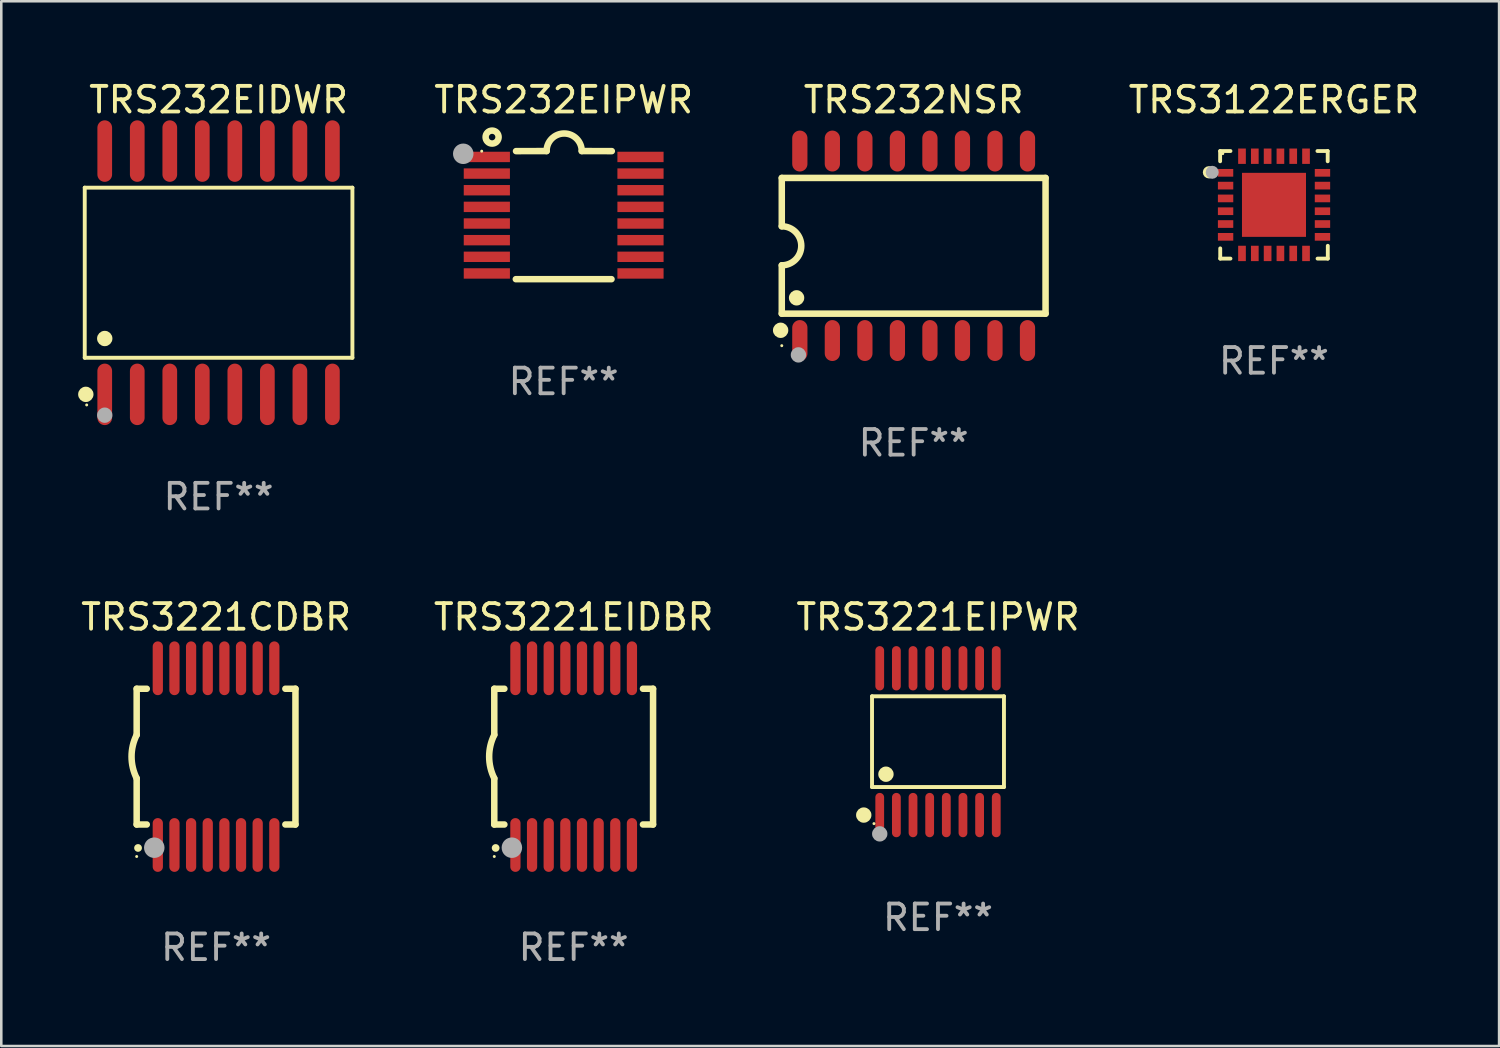
<source format=kicad_pcb>
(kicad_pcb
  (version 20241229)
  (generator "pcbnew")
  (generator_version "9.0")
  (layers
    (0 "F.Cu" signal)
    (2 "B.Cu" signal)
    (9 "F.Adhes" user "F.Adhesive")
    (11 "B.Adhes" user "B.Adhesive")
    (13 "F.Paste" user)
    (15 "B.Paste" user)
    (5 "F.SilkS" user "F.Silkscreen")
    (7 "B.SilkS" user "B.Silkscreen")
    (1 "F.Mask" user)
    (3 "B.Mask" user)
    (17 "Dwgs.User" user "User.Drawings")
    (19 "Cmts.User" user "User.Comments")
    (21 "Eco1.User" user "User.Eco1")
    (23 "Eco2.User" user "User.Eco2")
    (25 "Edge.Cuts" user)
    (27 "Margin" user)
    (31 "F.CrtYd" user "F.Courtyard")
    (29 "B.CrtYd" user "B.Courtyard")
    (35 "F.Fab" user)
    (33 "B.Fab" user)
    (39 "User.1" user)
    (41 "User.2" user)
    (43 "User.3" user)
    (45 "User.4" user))
  (footprint "TRS232NSR"
    (layer "F.Cu")
    (at 32.627 6.548)
    (property "Reference" "TRS232NSR" (at 0 -5.7 0) (layer "F.SilkS") (effects (font (size 1 1) (thickness 0.15))))
    (attr through_hole)
    (fp_line (start -5.15 -2.65) (end -5.15 -0.762) (stroke (width 0.254) (type solid)) (layer "F.SilkS"))
    (fp_line (start -5.15 -2.65) (end 5.15 -2.65) (stroke (width 0.254) (type solid)) (layer "F.SilkS"))
    (fp_line (start -5.15 2.65) (end -5.15 0.762) (stroke (width 0.254) (type solid)) (layer "F.SilkS"))
    (fp_line (start 5.15 -2.65) (end 5.15 2.65) (stroke (width 0.254) (type solid)) (layer "F.SilkS"))
    (fp_line (start 5.15 2.65) (end -5.15 2.65) (stroke (width 0.254) (type solid)) (layer "F.SilkS"))
    (fp_arc (start -5.151131 -0.762003) (mid -4.389128 -0.000559) (end -5.150013 0.762002) (stroke (width 0.254001) (type solid)) (layer "F.SilkS"))
    (fp_circle (center -5.195 3.299) (end -5.045 3.299) (stroke (width 0.3) (type solid)) (fill no) (layer "F.SilkS"))
    (fp_circle (center -5.15 3.9) (end -5.12 3.9) (stroke (width 0.06) (type solid)) (fill no) (layer "F.SilkS"))
    (fp_circle (center -4.572 2.032) (end -4.422 2.032) (stroke (width 0.3) (type solid)) (fill no) (layer "F.SilkS"))
    (fp_circle (center -4.5 4.26) (end -4.35 4.26) (stroke (width 0.3) (type solid)) (fill no) (layer "F.Fab"))
    (fp_text user "REF**" (at 0 7.7 0) (layer "F.Fab") (effects (font (size 1 1) (thickness 0.15))))
    (pad "1" smd oval (at -4.445 3.7) (size 0.595 1.598) (layers "F.Cu" "F.Mask" "F.Paste"))
    (pad "2" smd oval (at -3.175 3.7) (size 0.595 1.598) (layers "F.Cu" "F.Mask" "F.Paste"))
    (pad "3" smd oval (at -1.905 3.7) (size 0.595 1.598) (layers "F.Cu" "F.Mask" "F.Paste"))
    (pad "4" smd oval (at -0.635 3.7) (size 0.595 1.598) (layers "F.Cu" "F.Mask" "F.Paste"))
    (pad "5" smd oval (at 0.635 3.7) (size 0.595 1.598) (layers "F.Cu" "F.Mask" "F.Paste"))
    (pad "6" smd oval (at 1.905 3.7) (size 0.595 1.598) (layers "F.Cu" "F.Mask" "F.Paste"))
    (pad "7" smd oval (at 3.175 3.7) (size 0.595 1.598) (layers "F.Cu" "F.Mask" "F.Paste"))
    (pad "8" smd oval (at 4.445 3.7) (size 0.595 1.598) (layers "F.Cu" "F.Mask" "F.Paste"))
    (pad "9" smd oval (at 4.445 -3.7) (size 0.595 1.598) (layers "F.Cu" "F.Mask" "F.Paste"))
    (pad "10" smd oval (at 3.175 -3.7) (size 0.595 1.598) (layers "F.Cu" "F.Mask" "F.Paste"))
    (pad "11" smd oval (at 1.905 -3.7) (size 0.595 1.598) (layers "F.Cu" "F.Mask" "F.Paste"))
    (pad "12" smd oval (at 0.635 -3.7) (size 0.595 1.598) (layers "F.Cu" "F.Mask" "F.Paste"))
    (pad "13" smd oval (at -0.635 -3.7) (size 0.595 1.598) (layers "F.Cu" "F.Mask" "F.Paste"))
    (pad "14" smd oval (at -1.905 -3.7) (size 0.595 1.598) (layers "F.Cu" "F.Mask" "F.Paste"))
    (pad "15" smd oval (at -3.175 -3.7) (size 0.595 1.598) (layers "F.Cu" "F.Mask" "F.Paste"))
    (pad "16" smd oval (at -4.445 -3.7) (size 0.595 1.598) (layers "F.Cu" "F.Mask" "F.Paste")))
  (footprint "TRS3221EIDBR"
    (layer "F.Cu")
    (at 19.351 26.495)
    (property "Reference" "TRS3221EIDBR" (at 0 -5.45 0) (layer "F.SilkS") (effects (font (size 1 1) (thickness 0.15))))
    (attr through_hole)
    (fp_line (start -3.1 -2.65) (end -3.1 -0.85) (stroke (width 0.254) (type solid)) (layer "F.SilkS"))
    (fp_line (start -3.1 -2.65) (end -2.706 -2.65) (stroke (width 0.254) (type solid)) (layer "F.SilkS"))
    (fp_line (start -3.1 2.65) (end -3.1 0.85) (stroke (width 0.254) (type solid)) (layer "F.SilkS"))
    (fp_line (start -3.1 2.65) (end -2.706 2.65) (stroke (width 0.254) (type solid)) (layer "F.SilkS"))
    (fp_line (start 2.706 -2.65) (end 3.1 -2.65) (stroke (width 0.254) (type solid)) (layer "F.SilkS"))
    (fp_line (start 2.706 2.65) (end 3.1 2.65) (stroke (width 0.254) (type solid)) (layer "F.SilkS"))
    (fp_line (start 3.1 -2.65) (end 3.1 2.65) (stroke (width 0.254) (type solid)) (layer "F.SilkS"))
    (fp_arc (start -3.098907 0.850902) (mid -3.300057 0.000523) (end -3.1 -0.850114) (stroke (width 0.254001) (type solid)) (layer "F.SilkS"))
    (fp_arc (start -3.048006 3.566066) (mid -3.046736 3.566061) (end -3.045466 3.566066) (stroke (width 0.3) (type solid)) (layer "F.SilkS"))
    (fp_circle (center -3.1 3.9) (end -3.07 3.9) (stroke (width 0.06) (type solid)) (fill no) (layer "F.SilkS"))
    (fp_circle (center -2.413 3.556) (end -2.213 3.556) (stroke (width 0.4) (type solid)) (fill no) (layer "F.Fab"))
    (fp_text user "REF**" (at 0 7.45 0) (layer "F.Fab") (effects (font (size 1 1) (thickness 0.15))))
    (pad "1" smd oval (at -2.275 3.45 180) (size 0.4 2.1) (layers "F.Cu" "F.Mask" "F.Paste"))
    (pad "2" smd oval (at -1.625 3.45 180) (size 0.4 2.1) (layers "F.Cu" "F.Mask" "F.Paste"))
    (pad "3" smd oval (at -0.975 3.45 180) (size 0.4 2.1) (layers "F.Cu" "F.Mask" "F.Paste"))
    (pad "4" smd oval (at -0.325 3.45 180) (size 0.4 2.1) (layers "F.Cu" "F.Mask" "F.Paste"))
    (pad "5" smd oval (at 0.325 3.45 180) (size 0.4 2.1) (layers "F.Cu" "F.Mask" "F.Paste"))
    (pad "6" smd oval (at 0.975 3.45 180) (size 0.4 2.1) (layers "F.Cu" "F.Mask" "F.Paste"))
    (pad "7" smd oval (at 1.625 3.45 180) (size 0.4 2.1) (layers "F.Cu" "F.Mask" "F.Paste"))
    (pad "8" smd oval (at 2.275 3.45 180) (size 0.4 2.1) (layers "F.Cu" "F.Mask" "F.Paste"))
    (pad "9" smd oval (at 2.275 -3.45 180) (size 0.4 2.1) (layers "F.Cu" "F.Mask" "F.Paste"))
    (pad "10" smd oval (at 1.625 -3.45 180) (size 0.4 2.1) (layers "F.Cu" "F.Mask" "F.Paste"))
    (pad "11" smd oval (at 0.975 -3.45 180) (size 0.4 2.1) (layers "F.Cu" "F.Mask" "F.Paste"))
    (pad "12" smd oval (at 0.325 -3.45 180) (size 0.4 2.1) (layers "F.Cu" "F.Mask" "F.Paste"))
    (pad "13" smd oval (at -0.325 -3.45 180) (size 0.4 2.1) (layers "F.Cu" "F.Mask" "F.Paste"))
    (pad "14" smd oval (at -0.975 -3.45 180) (size 0.4 2.1) (layers "F.Cu" "F.Mask" "F.Paste"))
    (pad "15" smd oval (at -1.625 -3.45 180) (size 0.4 2.1) (layers "F.Cu" "F.Mask" "F.Paste"))
    (pad "16" smd oval (at -2.275 -3.45 180) (size 0.4 2.1) (layers "F.Cu" "F.Mask" "F.Paste")))
  (footprint "TRS232EIDWR"
    (layer "F.Cu")
    (at 5.485 7.599)
    (property "Reference" "TRS232EIDWR" (at 0 -6.75 0) (layer "F.SilkS") (effects (font (size 1 1) (thickness 0.15))))
    (attr through_hole)
    (fp_line (start -5.226 -3.321) (end 5.226 -3.321) (stroke (width 0.152) (type solid)) (layer "F.SilkS"))
    (fp_line (start -5.226 3.321) (end -5.226 -3.321) (stroke (width 0.152) (type solid)) (layer "F.SilkS"))
    (fp_line (start 5.226 -3.321) (end 5.226 3.321) (stroke (width 0.152) (type solid)) (layer "F.SilkS"))
    (fp_line (start 5.226 3.321) (end -5.226 3.321) (stroke (width 0.152) (type solid)) (layer "F.SilkS"))
    (fp_circle (center -5.184 4.75) (end -5.034 4.75) (stroke (width 0.3) (type solid)) (fill no) (layer "F.SilkS"))
    (fp_circle (center -5.15 5.163) (end -5.12 5.163) (stroke (width 0.06) (type solid)) (fill no) (layer "F.SilkS"))
    (fp_circle (center -4.445 2.569) (end -4.295 2.569) (stroke (width 0.3) (type solid)) (fill no) (layer "F.SilkS"))
    (fp_circle (center -4.445 5.563) (end -4.295 5.563) (stroke (width 0.3) (type solid)) (fill no) (layer "F.Fab"))
    (fp_text user "REF**" (at 0 8.75 0) (layer "F.Fab") (effects (font (size 1 1) (thickness 0.15))))
    (pad "1" smd oval (at -4.445 4.75) (size 0.574 2.401) (layers "F.Cu" "F.Mask" "F.Paste"))
    (pad "2" smd oval (at -3.175 4.75) (size 0.574 2.401) (layers "F.Cu" "F.Mask" "F.Paste"))
    (pad "3" smd oval (at -1.905 4.75) (size 0.574 2.401) (layers "F.Cu" "F.Mask" "F.Paste"))
    (pad "4" smd oval (at -0.635 4.75) (size 0.574 2.401) (layers "F.Cu" "F.Mask" "F.Paste"))
    (pad "5" smd oval (at 0.635 4.75) (size 0.574 2.401) (layers "F.Cu" "F.Mask" "F.Paste"))
    (pad "6" smd oval (at 1.905 4.75) (size 0.574 2.401) (layers "F.Cu" "F.Mask" "F.Paste"))
    (pad "7" smd oval (at 3.175 4.75) (size 0.574 2.401) (layers "F.Cu" "F.Mask" "F.Paste"))
    (pad "8" smd oval (at 4.445 4.75) (size 0.574 2.401) (layers "F.Cu" "F.Mask" "F.Paste"))
    (pad "9" smd oval (at 4.445 -4.75) (size 0.574 2.401) (layers "F.Cu" "F.Mask" "F.Paste"))
    (pad "10" smd oval (at 3.175 -4.75) (size 0.574 2.401) (layers "F.Cu" "F.Mask" "F.Paste"))
    (pad "11" smd oval (at 1.905 -4.75) (size 0.574 2.401) (layers "F.Cu" "F.Mask" "F.Paste"))
    (pad "12" smd oval (at 0.635 -4.75) (size 0.574 2.401) (layers "F.Cu" "F.Mask" "F.Paste"))
    (pad "13" smd oval (at -0.635 -4.75) (size 0.574 2.401) (layers "F.Cu" "F.Mask" "F.Paste"))
    (pad "14" smd oval (at -1.905 -4.75) (size 0.574 2.401) (layers "F.Cu" "F.Mask" "F.Paste"))
    (pad "15" smd oval (at -3.175 -4.75) (size 0.574 2.401) (layers "F.Cu" "F.Mask" "F.Paste"))
    (pad "16" smd oval (at -4.445 -4.75) (size 0.574 2.401) (layers "F.Cu" "F.Mask" "F.Paste")))
  (footprint "TRS3221EIPWR"
    (layer "F.Cu")
    (at 33.577 25.911)
    (property "Reference" "TRS3221EIPWR" (at 0 -4.866 0) (layer "F.SilkS") (effects (font (size 1 1) (thickness 0.15))))
    (attr through_hole)
    (fp_line (start -2.576 -1.772) (end 2.576 -1.772) (stroke (width 0.152) (type solid)) (layer "F.SilkS"))
    (fp_line (start -2.576 1.771) (end -2.576 -1.772) (stroke (width 0.152) (type solid)) (layer "F.SilkS"))
    (fp_line (start 2.576 -1.772) (end 2.576 1.771) (stroke (width 0.152) (type solid)) (layer "F.SilkS"))
    (fp_line (start 2.576 1.771) (end -2.576 1.771) (stroke (width 0.152) (type solid)) (layer "F.SilkS"))
    (fp_circle (center -2.899 2.866) (end -2.749 2.866) (stroke (width 0.3) (type solid)) (fill no) (layer "F.SilkS"))
    (fp_circle (center -2.5 3.2) (end -2.47 3.2) (stroke (width 0.06) (type solid)) (fill no) (layer "F.SilkS"))
    (fp_circle (center -2.032 1.27) (end -1.882 1.27) (stroke (width 0.3) (type solid)) (fill no) (layer "F.SilkS"))
    (fp_circle (center -2.275 3.6) (end -2.125 3.6) (stroke (width 0.3) (type solid)) (fill no) (layer "F.Fab"))
    (fp_text user "REF**" (at 0 6.866 0) (layer "F.Fab") (effects (font (size 1 1) (thickness 0.15))))
    (pad "1" smd oval (at -2.275 2.866) (size 0.343 1.731) (layers "F.Cu" "F.Mask" "F.Paste"))
    (pad "2" smd oval (at -1.625 2.866) (size 0.343 1.731) (layers "F.Cu" "F.Mask" "F.Paste"))
    (pad "3" smd oval (at -0.975 2.866) (size 0.343 1.731) (layers "F.Cu" "F.Mask" "F.Paste"))
    (pad "4" smd oval (at -0.325 2.866) (size 0.343 1.731) (layers "F.Cu" "F.Mask" "F.Paste"))
    (pad "5" smd oval (at 0.325 2.866) (size 0.343 1.731) (layers "F.Cu" "F.Mask" "F.Paste"))
    (pad "6" smd oval (at 0.975 2.866) (size 0.343 1.731) (layers "F.Cu" "F.Mask" "F.Paste"))
    (pad "7" smd oval (at 1.625 2.866) (size 0.343 1.731) (layers "F.Cu" "F.Mask" "F.Paste"))
    (pad "8" smd oval (at 2.275 2.866) (size 0.343 1.731) (layers "F.Cu" "F.Mask" "F.Paste"))
    (pad "9" smd oval (at 2.275 -2.866) (size 0.343 1.731) (layers "F.Cu" "F.Mask" "F.Paste"))
    (pad "10" smd oval (at 1.625 -2.866) (size 0.343 1.731) (layers "F.Cu" "F.Mask" "F.Paste"))
    (pad "11" smd oval (at 0.975 -2.866) (size 0.343 1.731) (layers "F.Cu" "F.Mask" "F.Paste"))
    (pad "12" smd oval (at 0.325 -2.866) (size 0.343 1.731) (layers "F.Cu" "F.Mask" "F.Paste"))
    (pad "13" smd oval (at -0.325 -2.866) (size 0.343 1.731) (layers "F.Cu" "F.Mask" "F.Paste"))
    (pad "14" smd oval (at -0.975 -2.866) (size 0.343 1.731) (layers "F.Cu" "F.Mask" "F.Paste"))
    (pad "15" smd oval (at -1.625 -2.866) (size 0.343 1.731) (layers "F.Cu" "F.Mask" "F.Paste"))
    (pad "16" smd oval (at -2.275 -2.866) (size 0.343 1.731) (layers "F.Cu" "F.Mask" "F.Paste")))
  (footprint "TRS3122ERGER"
    (layer "F.Cu")
    (at 46.696 4.948)
    (property "Reference" "TRS3122ERGER" (at 0 -4.1 0) (layer "F.SilkS") (effects (font (size 1 1) (thickness 0.15))))
    (attr through_hole)
    (fp_line (start -2.102 -2.1) (end -1.698 -2.1) (stroke (width 0.15) (type solid)) (layer "F.SilkS"))
    (fp_line (start -2.102 -1.7) (end -2.102 -2.1) (stroke (width 0.15) (type solid)) (layer "F.SilkS"))
    (fp_line (start -2.098 1.7) (end -2.098 2.1) (stroke (width 0.15) (type solid)) (layer "F.SilkS"))
    (fp_line (start -2.098 2.1) (end -1.698 2.1) (stroke (width 0.15) (type solid)) (layer "F.SilkS"))
    (fp_line (start 1.698 -2.1) (end 2.098 -2.1) (stroke (width 0.15) (type solid)) (layer "F.SilkS"))
    (fp_line (start 2.098 -2.1) (end 2.098 -1.7) (stroke (width 0.15) (type solid)) (layer "F.SilkS"))
    (fp_line (start 2.102 1.6) (end 2.102 2.1) (stroke (width 0.15) (type solid)) (layer "F.SilkS"))
    (fp_line (start 2.102 2.1) (end 1.702 2.1) (stroke (width 0.15) (type solid)) (layer "F.SilkS"))
    (fp_circle (center -2.538 -1.27) (end -2.418 -1.27) (stroke (width 0.24) (type solid)) (fill no) (layer "F.SilkS"))
    (fp_circle (center -1.998 -2) (end -1.968 -2) (stroke (width 0.06) (type solid)) (fill no) (layer "F.SilkS"))
    (fp_circle (center -2.411 -1.27) (end -2.284 -1.27) (stroke (width 0.254) (type solid)) (fill no) (layer "F.Fab"))
    (fp_text user "REF**" (at 0 6.1 0) (layer "F.Fab") (effects (font (size 1 1) (thickness 0.15))))
    (pad "1" smd rect (at -1.89 -1.25 90) (size 0.3 0.6) (layers "F.Cu" "F.Mask" "F.Paste"))
    (pad "2" smd rect (at -1.889 -0.75 90) (size 0.3 0.6) (layers "F.Cu" "F.Mask" "F.Paste"))
    (pad "3" smd rect (at -1.889 -0.25 90) (size 0.3 0.6) (layers "F.Cu" "F.Mask" "F.Paste"))
    (pad "4" smd rect (at -1.889 0.25 90) (size 0.3 0.6) (layers "F.Cu" "F.Mask" "F.Paste"))
    (pad "5" smd rect (at -1.889 0.75 90) (size 0.3 0.6) (layers "F.Cu" "F.Mask" "F.Paste"))
    (pad "6" smd rect (at -1.889 1.25 90) (size 0.3 0.6) (layers "F.Cu" "F.Mask" "F.Paste"))
    (pad "7" smd rect (at -1.248 1.898 180) (size 0.3 0.6) (layers "F.Cu" "F.Mask" "F.Paste"))
    (pad "8" smd rect (at -0.748 1.898 180) (size 0.3 0.6) (layers "F.Cu" "F.Mask" "F.Paste"))
    (pad "9" smd rect (at -0.248 1.898 180) (size 0.3 0.6) (layers "F.Cu" "F.Mask" "F.Paste"))
    (pad "10" smd rect (at 0.252 1.898 180) (size 0.3 0.6) (layers "F.Cu" "F.Mask" "F.Paste"))
    (pad "11" smd rect (at 0.752 1.898 180) (size 0.3 0.6) (layers "F.Cu" "F.Mask" "F.Paste"))
    (pad "12" smd rect (at 1.252 1.898 180) (size 0.3 0.6) (layers "F.Cu" "F.Mask" "F.Paste"))
    (pad "13" smd rect (at 1.894 1.25 270) (size 0.3 0.6) (layers "F.Cu" "F.Mask" "F.Paste"))
    (pad "14" smd rect (at 1.894 0.75 270) (size 0.3 0.6) (layers "F.Cu" "F.Mask" "F.Paste"))
    (pad "15" smd rect (at 1.894 0.25 270) (size 0.3 0.6) (layers "F.Cu" "F.Mask" "F.Paste"))
    (pad "16" smd rect (at 1.894 -0.25 270) (size 0.3 0.6) (layers "F.Cu" "F.Mask" "F.Paste"))
    (pad "17" smd rect (at 1.894 -0.75 270) (size 0.3 0.6) (layers "F.Cu" "F.Mask" "F.Paste"))
    (pad "18" smd rect (at 1.894 -1.25 270) (size 0.3 0.6) (layers "F.Cu" "F.Mask" "F.Paste"))
    (pad "19" smd rect (at 1.252 -1.898) (size 0.3 0.6) (layers "F.Cu" "F.Mask" "F.Paste"))
    (pad "20" smd rect (at 0.752 -1.898) (size 0.3 0.6) (layers "F.Cu" "F.Mask" "F.Paste"))
    (pad "21" smd rect (at 0.252 -1.898) (size 0.3 0.6) (layers "F.Cu" "F.Mask" "F.Paste"))
    (pad "22" smd rect (at -0.248 -1.898) (size 0.3 0.6) (layers "F.Cu" "F.Mask" "F.Paste"))
    (pad "23" smd rect (at -0.748 -1.898) (size 0.3 0.6) (layers "F.Cu" "F.Mask" "F.Paste"))
    (pad "24" smd rect (at -1.248 -1.898) (size 0.3 0.6) (layers "F.Cu" "F.Mask" "F.Paste"))
    (pad "25" smd rect (at 0.001 0.001) (size 2.5 2.5) (layers "F.Cu" "F.Mask" "F.Paste")))
  (footprint "TRS232EIPWR"
    (layer "F.Cu")
    (at 18.96 5.35)
    (property "Reference" "TRS232EIPWR" (at 0 -4.501 0) (layer "F.SilkS") (effects (font (size 1 1) (thickness 0.15))))
    (attr through_hole)
    (fp_line (start -1.868 2.501) (end 1.868 2.501) (stroke (width 0.254) (type solid)) (layer "F.SilkS"))
    (fp_line (start -1.86 -2.499) (end -0.666 -2.501) (stroke (width 0.254) (type solid)) (layer "F.SilkS"))
    (fp_line (start 0.706 -2.501) (end 1.88 -2.499) (stroke (width 0.254) (type solid)) (layer "F.SilkS"))
    (fp_arc (start -0.665914 -2.501448) (mid 0.019888 -3.18725) (end 0.70569 -2.501448) (stroke (width 0.254001) (type solid)) (layer "F.SilkS"))
    (fp_circle (center -3.2 -2.497) (end -3.17 -2.497) (stroke (width 0.06) (type solid)) (fill no) (layer "F.SilkS"))
    (fp_circle (center -2.794 -3.047) (end -2.54 -3.047) (stroke (width 0.254) (type solid)) (fill no) (layer "F.SilkS"))
    (fp_circle (center -3.921 -2.395) (end -3.721 -2.395) (stroke (width 0.4) (type solid)) (fill no) (layer "F.Fab"))
    (fp_text user "REF**" (at 0 6.501 0) (layer "F.Fab") (effects (font (size 1 1) (thickness 0.15))))
    (pad "1" smd rect (at -3 -2.272) (size 1.803 0.406) (layers "F.Cu" "F.Mask" "F.Paste"))
    (pad "2" smd rect (at -3 -1.622) (size 1.803 0.406) (layers "F.Cu" "F.Mask" "F.Paste"))
    (pad "3" smd rect (at -3 -0.972) (size 1.803 0.406) (layers "F.Cu" "F.Mask" "F.Paste"))
    (pad "4" smd rect (at -3 -0.322) (size 1.803 0.406) (layers "F.Cu" "F.Mask" "F.Paste"))
    (pad "5" smd rect (at -3 0.328) (size 1.803 0.406) (layers "F.Cu" "F.Mask" "F.Paste"))
    (pad "6" smd rect (at -3 0.978) (size 1.803 0.406) (layers "F.Cu" "F.Mask" "F.Paste"))
    (pad "7" smd rect (at -3 1.628) (size 1.803 0.406) (layers "F.Cu" "F.Mask" "F.Paste"))
    (pad "8" smd rect (at -3 2.278) (size 1.803 0.406) (layers "F.Cu" "F.Mask" "F.Paste"))
    (pad "9" smd rect (at 3 2.278) (size 1.803 0.406) (layers "F.Cu" "F.Mask" "F.Paste"))
    (pad "10" smd rect (at 3 1.628) (size 1.803 0.406) (layers "F.Cu" "F.Mask" "F.Paste"))
    (pad "11" smd rect (at 3 0.978) (size 1.803 0.406) (layers "F.Cu" "F.Mask" "F.Paste"))
    (pad "12" smd rect (at 3 0.328) (size 1.803 0.406) (layers "F.Cu" "F.Mask" "F.Paste"))
    (pad "13" smd rect (at 3 -0.322) (size 1.803 0.406) (layers "F.Cu" "F.Mask" "F.Paste"))
    (pad "14" smd rect (at 3 -0.972) (size 1.803 0.406) (layers "F.Cu" "F.Mask" "F.Paste"))
    (pad "15" smd rect (at 3 -1.622) (size 1.803 0.406) (layers "F.Cu" "F.Mask" "F.Paste"))
    (pad "16" smd rect (at 3 -2.272) (size 1.803 0.406) (layers "F.Cu" "F.Mask" "F.Paste")))
  (footprint "TRS3221CDBR"
    (layer "F.Cu")
    (at 5.387 26.495)
    (property "Reference" "TRS3221CDBR" (at 0 -5.45 0) (layer "F.SilkS") (effects (font (size 1 1) (thickness 0.15))))
    (attr through_hole)
    (fp_line (start -3.1 -2.65) (end -3.1 -0.85) (stroke (width 0.254) (type solid)) (layer "F.SilkS"))
    (fp_line (start -3.1 -2.65) (end -2.706 -2.65) (stroke (width 0.254) (type solid)) (layer "F.SilkS"))
    (fp_line (start -3.1 2.65) (end -3.1 0.85) (stroke (width 0.254) (type solid)) (layer "F.SilkS"))
    (fp_line (start -3.1 2.65) (end -2.706 2.65) (stroke (width 0.254) (type solid)) (layer "F.SilkS"))
    (fp_line (start 2.706 -2.65) (end 3.1 -2.65) (stroke (width 0.254) (type solid)) (layer "F.SilkS"))
    (fp_line (start 2.706 2.65) (end 3.1 2.65) (stroke (width 0.254) (type solid)) (layer "F.SilkS"))
    (fp_line (start 3.1 -2.65) (end 3.1 2.65) (stroke (width 0.254) (type solid)) (layer "F.SilkS"))
    (fp_arc (start -3.098907 0.850902) (mid -3.300057 0.000523) (end -3.1 -0.850114) (stroke (width 0.254001) (type solid)) (layer "F.SilkS"))
    (fp_arc (start -3.048006 3.566066) (mid -3.046736 3.566061) (end -3.045466 3.566066) (stroke (width 0.3) (type solid)) (layer "F.SilkS"))
    (fp_circle (center -3.1 3.9) (end -3.07 3.9) (stroke (width 0.06) (type solid)) (fill no) (layer "F.SilkS"))
    (fp_circle (center -2.413 3.556) (end -2.213 3.556) (stroke (width 0.4) (type solid)) (fill no) (layer "F.Fab"))
    (fp_text user "REF**" (at 0 7.45 0) (layer "F.Fab") (effects (font (size 1 1) (thickness 0.15))))
    (pad "1" smd oval (at -2.275 3.45 180) (size 0.4 2.1) (layers "F.Cu" "F.Mask" "F.Paste"))
    (pad "2" smd oval (at -1.625 3.45 180) (size 0.4 2.1) (layers "F.Cu" "F.Mask" "F.Paste"))
    (pad "3" smd oval (at -0.975 3.45 180) (size 0.4 2.1) (layers "F.Cu" "F.Mask" "F.Paste"))
    (pad "4" smd oval (at -0.325 3.45 180) (size 0.4 2.1) (layers "F.Cu" "F.Mask" "F.Paste"))
    (pad "5" smd oval (at 0.325 3.45 180) (size 0.4 2.1) (layers "F.Cu" "F.Mask" "F.Paste"))
    (pad "6" smd oval (at 0.975 3.45 180) (size 0.4 2.1) (layers "F.Cu" "F.Mask" "F.Paste"))
    (pad "7" smd oval (at 1.625 3.45 180) (size 0.4 2.1) (layers "F.Cu" "F.Mask" "F.Paste"))
    (pad "8" smd oval (at 2.275 3.45 180) (size 0.4 2.1) (layers "F.Cu" "F.Mask" "F.Paste"))
    (pad "9" smd oval (at 2.275 -3.45 180) (size 0.4 2.1) (layers "F.Cu" "F.Mask" "F.Paste"))
    (pad "10" smd oval (at 1.625 -3.45 180) (size 0.4 2.1) (layers "F.Cu" "F.Mask" "F.Paste"))
    (pad "11" smd oval (at 0.975 -3.45 180) (size 0.4 2.1) (layers "F.Cu" "F.Mask" "F.Paste"))
    (pad "12" smd oval (at 0.325 -3.45 180) (size 0.4 2.1) (layers "F.Cu" "F.Mask" "F.Paste"))
    (pad "13" smd oval (at -0.325 -3.45 180) (size 0.4 2.1) (layers "F.Cu" "F.Mask" "F.Paste"))
    (pad "14" smd oval (at -0.975 -3.45 180) (size 0.4 2.1) (layers "F.Cu" "F.Mask" "F.Paste"))
    (pad "15" smd oval (at -1.625 -3.45 180) (size 0.4 2.1) (layers "F.Cu" "F.Mask" "F.Paste"))
    (pad "16" smd oval (at -2.275 -3.45 180) (size 0.4 2.1) (layers "F.Cu" "F.Mask" "F.Paste")))
  (gr_rect
    (start -3 -3)
    (end 55.487 37.794)
    (stroke (width 0.1) (type default))
    (fill no)
    (layer "Edge.Cuts")))
</source>
